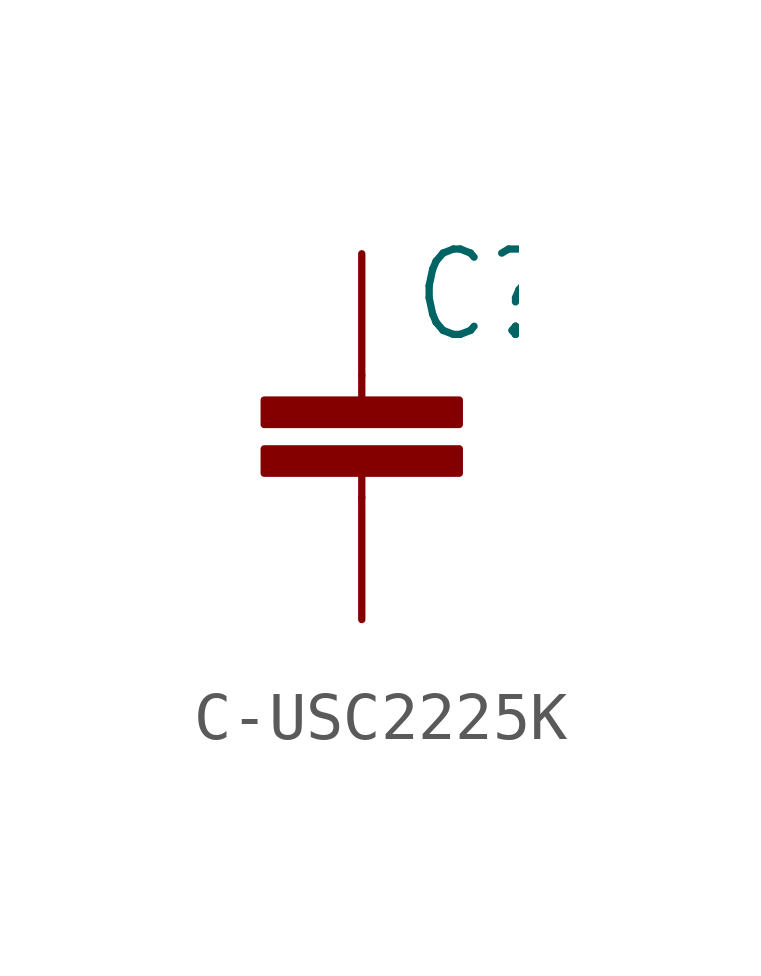
<source format=kicad_sym>
(kicad_symbol_lib
  (version 20231120)
  (generator "kicad_symbol_editor")
  (generator_version "8.99")
  (symbol "C-USC2225K"
    (property "Reference" "C"
      (at 1.016 0.635 0)
      (effects (font (size 1.778 1.511)) (justify left bottom)))
    (property "Value" ""
      (at 1.016 -4.191 0)
      (effects (font (size 1.778 1.511)) (justify left bottom)))
    (property "ki_locked" ""
      (at 0 0 0)
      (effects (font (size 1.27 1.27))))
    (symbol "C-USC2225K_1_0"
      (rectangle (start -2.032 -2.032) (end 2.032 -1.524) (stroke (width 0) (type default)) (fill (type outline)))
      (rectangle (start -2.032 -1.016) (end 2.032 -0.508) (stroke (width 0) (type default)) (fill (type outline)))
      (polyline (pts (xy 0 -2.54) (xy 0 -2.032)) (stroke (width 0.152) (type solid)) (fill (type none)))
      (polyline (pts (xy 0 0) (xy 0 -0.508)) (stroke (width 0.152) (type solid)) (fill (type none)))
      (pin passive line (at 0 2.54 270) (length 2.54) (name "1" (effects (font (size 0 0)))) (number "1" (effects (font (size 0 0)))))
      (pin passive line (at 0 -5.08 90) (length 2.54) (name "2" (effects (font (size 0 0)))) (number "2" (effects (font (size 0 0))))))))
</source>
